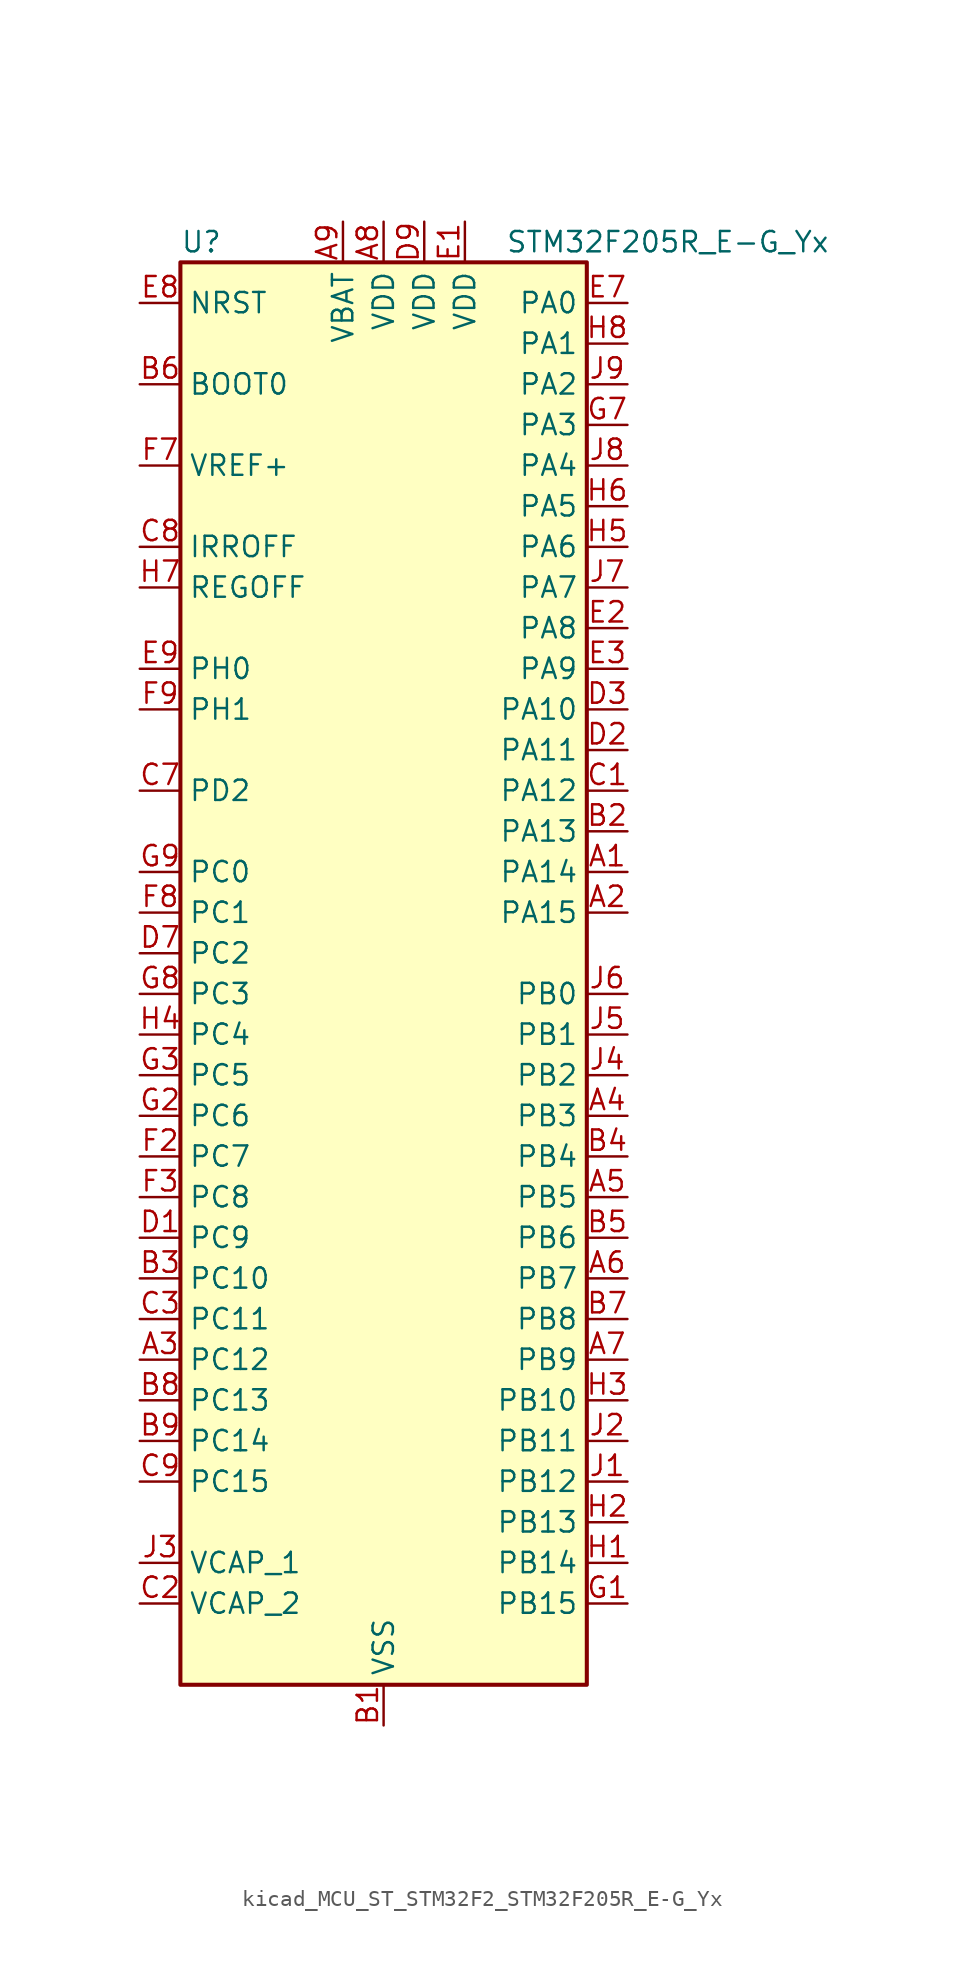
<source format=kicad_sym>
(kicad_symbol_lib
  (version 20220914)
  (generator kicad_symbol_editor)
  (symbol "kicad_MCU_ST_STM32F2_STM32F205R_E-G_Yx"
    (property "Reference" "U"
      (at -12.7 46.99 0)
      (effects (font (size 1.27 1.27)) (justify left)))
    (property "Value" "STM32F205R_E-G_Yx"
      (at 7.62 46.99 0)
      (effects (font (size 1.27 1.27)) (justify left)))
    (property "ki_locked" ""
      (at 0 0 0)
      (effects (font (size 1.27 1.27))))
    (symbol "kicad_MCU_ST_STM32F2_STM32F205R_E-G_Yx_0_1"
      (rectangle (start -12.7 -43.18) (end 12.7 45.72) (stroke (width 0.254) (type default)) (fill (type background))))
    (symbol "kicad_MCU_ST_STM32F2_STM32F205R_E-G_Yx_1_1"
      (pin bidirectional line (at 15.24 7.62 180) (length 2.54) (name "PA14" (effects (font (size 1.27 1.27)))) (number "A1" (effects (font (size 1.27 1.27)))) (alternate "SYS_JTCK-SWCLK" bidirectional line))
      (pin bidirectional line (at 15.24 5.08 180) (length 2.54) (name "PA15" (effects (font (size 1.27 1.27)))) (number "A2" (effects (font (size 1.27 1.27)))) (alternate "ADC1_EXTI15" bidirectional line) (alternate "ADC2_EXTI15" bidirectional line) (alternate "ADC3_EXTI15" bidirectional line) (alternate "I2S3_WS" bidirectional line) (alternate "SPI1_NSS" bidirectional line) (alternate "SPI3_NSS" bidirectional line) (alternate "SYS_JTDI" bidirectional line) (alternate "TIM2_CH1" bidirectional line) (alternate "TIM2_ETR" bidirectional line))
      (pin bidirectional line (at -15.24 -22.86 0) (length 2.54) (name "PC12" (effects (font (size 1.27 1.27)))) (number "A3" (effects (font (size 1.27 1.27)))) (alternate "I2S3_SD" bidirectional line) (alternate "SDIO_CK" bidirectional line) (alternate "SPI3_MOSI" bidirectional line) (alternate "UART5_TX" bidirectional line) (alternate "USART3_CK" bidirectional line))
      (pin bidirectional line (at 15.24 -7.62 180) (length 2.54) (name "PB3" (effects (font (size 1.27 1.27)))) (number "A4" (effects (font (size 1.27 1.27)))) (alternate "I2S3_SCK" bidirectional line) (alternate "SPI1_SCK" bidirectional line) (alternate "SPI3_SCK" bidirectional line) (alternate "SYS_JTDO-SWO" bidirectional line) (alternate "TIM2_CH2" bidirectional line))
      (pin bidirectional line (at 15.24 -12.7 180) (length 2.54) (name "PB5" (effects (font (size 1.27 1.27)))) (number "A5" (effects (font (size 1.27 1.27)))) (alternate "CAN2_RX" bidirectional line) (alternate "I2C1_SMBA" bidirectional line) (alternate "I2S3_SD" bidirectional line) (alternate "SPI1_MOSI" bidirectional line) (alternate "SPI3_MOSI" bidirectional line) (alternate "TIM3_CH2" bidirectional line) (alternate "USB_OTG_HS_ULPI_D7" bidirectional line))
      (pin bidirectional line (at 15.24 -17.78 180) (length 2.54) (name "PB7" (effects (font (size 1.27 1.27)))) (number "A6" (effects (font (size 1.27 1.27)))) (alternate "I2C1_SDA" bidirectional line) (alternate "TIM4_CH2" bidirectional line) (alternate "USART1_RX" bidirectional line))
      (pin bidirectional line (at 15.24 -22.86 180) (length 2.54) (name "PB9" (effects (font (size 1.27 1.27)))) (number "A7" (effects (font (size 1.27 1.27)))) (alternate "CAN1_TX" bidirectional line) (alternate "DAC_EXTI9" bidirectional line) (alternate "I2C1_SDA" bidirectional line) (alternate "I2S2_WS" bidirectional line) (alternate "SDIO_D5" bidirectional line) (alternate "SPI2_NSS" bidirectional line) (alternate "TIM11_CH1" bidirectional line) (alternate "TIM4_CH4" bidirectional line))
      (pin power_in line (at 0 48.26 270) (length 2.54) (name "VDD" (effects (font (size 1.27 1.27)))) (number "A8" (effects (font (size 1.27 1.27)))))
      (pin power_in line (at -2.54 48.26 270) (length 2.54) (name "VBAT" (effects (font (size 1.27 1.27)))) (number "A9" (effects (font (size 1.27 1.27)))))
      (pin power_in line (at 0 -45.72 90) (length 2.54) (name "VSS" (effects (font (size 1.27 1.27)))) (number "B1" (effects (font (size 1.27 1.27)))))
      (pin bidirectional line (at 15.24 10.16 180) (length 2.54) (name "PA13" (effects (font (size 1.27 1.27)))) (number "B2" (effects (font (size 1.27 1.27)))) (alternate "SYS_JTMS-SWDIO" bidirectional line))
      (pin bidirectional line (at -15.24 -17.78 0) (length 2.54) (name "PC10" (effects (font (size 1.27 1.27)))) (number "B3" (effects (font (size 1.27 1.27)))) (alternate "I2S3_SCK" bidirectional line) (alternate "SDIO_D2" bidirectional line) (alternate "SPI3_SCK" bidirectional line) (alternate "UART4_TX" bidirectional line) (alternate "USART3_TX" bidirectional line))
      (pin bidirectional line (at 15.24 -10.16 180) (length 2.54) (name "PB4" (effects (font (size 1.27 1.27)))) (number "B4" (effects (font (size 1.27 1.27)))) (alternate "SPI1_MISO" bidirectional line) (alternate "SPI3_MISO" bidirectional line) (alternate "SYS_JTRST" bidirectional line) (alternate "TIM3_CH1" bidirectional line))
      (pin bidirectional line (at 15.24 -15.24 180) (length 2.54) (name "PB6" (effects (font (size 1.27 1.27)))) (number "B5" (effects (font (size 1.27 1.27)))) (alternate "CAN2_TX" bidirectional line) (alternate "I2C1_SCL" bidirectional line) (alternate "TIM4_CH1" bidirectional line) (alternate "USART1_TX" bidirectional line))
      (pin input line (at -15.24 38.1 0) (length 2.54) (name "BOOT0" (effects (font (size 1.27 1.27)))) (number "B6" (effects (font (size 1.27 1.27)))))
      (pin bidirectional line (at 15.24 -20.32 180) (length 2.54) (name "PB8" (effects (font (size 1.27 1.27)))) (number "B7" (effects (font (size 1.27 1.27)))) (alternate "CAN1_RX" bidirectional line) (alternate "I2C1_SCL" bidirectional line) (alternate "SDIO_D4" bidirectional line) (alternate "TIM10_CH1" bidirectional line) (alternate "TIM4_CH3" bidirectional line))
      (pin bidirectional line (at -15.24 -25.4 0) (length 2.54) (name "PC13" (effects (font (size 1.27 1.27)))) (number "B8" (effects (font (size 1.27 1.27)))) (alternate "RTC_AF1" bidirectional line))
      (pin bidirectional line (at -15.24 -27.94 0) (length 2.54) (name "PC14" (effects (font (size 1.27 1.27)))) (number "B9" (effects (font (size 1.27 1.27)))) (alternate "RCC_OSC32_IN" bidirectional line))
      (pin bidirectional line (at 15.24 12.7 180) (length 2.54) (name "PA12" (effects (font (size 1.27 1.27)))) (number "C1" (effects (font (size 1.27 1.27)))) (alternate "CAN1_TX" bidirectional line) (alternate "TIM1_ETR" bidirectional line) (alternate "USART1_RTS" bidirectional line) (alternate "USB_OTG_FS_DP" bidirectional line))
      (pin power_out line (at -15.24 -38.1 0) (length 2.54) (name "VCAP_2" (effects (font (size 1.27 1.27)))) (number "C2" (effects (font (size 1.27 1.27)))))
      (pin bidirectional line (at -15.24 -20.32 0) (length 2.54) (name "PC11" (effects (font (size 1.27 1.27)))) (number "C3" (effects (font (size 1.27 1.27)))) (alternate "ADC1_EXTI11" bidirectional line) (alternate "ADC2_EXTI11" bidirectional line) (alternate "ADC3_EXTI11" bidirectional line) (alternate "SDIO_D3" bidirectional line) (alternate "SPI3_MISO" bidirectional line) (alternate "UART4_RX" bidirectional line) (alternate "USART3_RX" bidirectional line))
      (pin bidirectional line (at -15.24 12.7 0) (length 2.54) (name "PD2" (effects (font (size 1.27 1.27)))) (number "C7" (effects (font (size 1.27 1.27)))) (alternate "SDIO_CMD" bidirectional line) (alternate "TIM3_ETR" bidirectional line) (alternate "UART5_RX" bidirectional line))
      (pin input line (at -15.24 27.94 0) (length 2.54) (name "IRROFF" (effects (font (size 1.27 1.27)))) (number "C8" (effects (font (size 1.27 1.27)))))
      (pin bidirectional line (at -15.24 -30.48 0) (length 2.54) (name "PC15" (effects (font (size 1.27 1.27)))) (number "C9" (effects (font (size 1.27 1.27)))) (alternate "ADC1_EXTI15" bidirectional line) (alternate "ADC2_EXTI15" bidirectional line) (alternate "ADC3_EXTI15" bidirectional line) (alternate "RCC_OSC32_OUT" bidirectional line))
      (pin bidirectional line (at -15.24 -15.24 0) (length 2.54) (name "PC9" (effects (font (size 1.27 1.27)))) (number "D1" (effects (font (size 1.27 1.27)))) (alternate "DAC_EXTI9" bidirectional line) (alternate "I2C3_SDA" bidirectional line) (alternate "I2S_CKIN" bidirectional line) (alternate "RCC_MCO_2" bidirectional line) (alternate "SDIO_D1" bidirectional line) (alternate "TIM3_CH4" bidirectional line) (alternate "TIM8_CH4" bidirectional line))
      (pin bidirectional line (at 15.24 15.24 180) (length 2.54) (name "PA11" (effects (font (size 1.27 1.27)))) (number "D2" (effects (font (size 1.27 1.27)))) (alternate "ADC1_EXTI11" bidirectional line) (alternate "ADC2_EXTI11" bidirectional line) (alternate "ADC3_EXTI11" bidirectional line) (alternate "CAN1_RX" bidirectional line) (alternate "TIM1_CH4" bidirectional line) (alternate "USART1_CTS" bidirectional line) (alternate "USB_OTG_FS_DM" bidirectional line))
      (pin bidirectional line (at 15.24 17.78 180) (length 2.54) (name "PA10" (effects (font (size 1.27 1.27)))) (number "D3" (effects (font (size 1.27 1.27)))) (alternate "TIM1_CH3" bidirectional line) (alternate "USART1_RX" bidirectional line) (alternate "USB_OTG_FS_ID" bidirectional line))
      (pin bidirectional line (at -15.24 2.54 0) (length 2.54) (name "PC2" (effects (font (size 1.27 1.27)))) (number "D7" (effects (font (size 1.27 1.27)))) (alternate "ADC1_IN12" bidirectional line) (alternate "ADC2_IN12" bidirectional line) (alternate "ADC3_IN12" bidirectional line) (alternate "SPI2_MISO" bidirectional line) (alternate "USB_OTG_HS_ULPI_DIR" bidirectional line))
      (pin passive line (at 0 -45.72 90) (length 2.54) hide (name "VSS" (effects (font (size 1.27 1.27)))) (number "D8" (effects (font (size 1.27 1.27)))))
      (pin power_in line (at 2.54 48.26 270) (length 2.54) (name "VDD" (effects (font (size 1.27 1.27)))) (number "D9" (effects (font (size 1.27 1.27)))))
      (pin power_in line (at 5.08 48.26 270) (length 2.54) (name "VDD" (effects (font (size 1.27 1.27)))) (number "E1" (effects (font (size 1.27 1.27)))))
      (pin bidirectional line (at 15.24 22.86 180) (length 2.54) (name "PA8" (effects (font (size 1.27 1.27)))) (number "E2" (effects (font (size 1.27 1.27)))) (alternate "I2C3_SCL" bidirectional line) (alternate "RCC_MCO_1" bidirectional line) (alternate "TIM1_CH1" bidirectional line) (alternate "USART1_CK" bidirectional line) (alternate "USB_OTG_FS_SOF" bidirectional line))
      (pin bidirectional line (at 15.24 20.32 180) (length 2.54) (name "PA9" (effects (font (size 1.27 1.27)))) (number "E3" (effects (font (size 1.27 1.27)))) (alternate "DAC_EXTI9" bidirectional line) (alternate "I2C3_SMBA" bidirectional line) (alternate "TIM1_CH2" bidirectional line) (alternate "USART1_TX" bidirectional line) (alternate "USB_OTG_FS_VBUS" bidirectional line))
      (pin bidirectional line (at 15.24 43.18 180) (length 2.54) (name "PA0" (effects (font (size 1.27 1.27)))) (number "E7" (effects (font (size 1.27 1.27)))) (alternate "ADC1_IN0" bidirectional line) (alternate "ADC2_IN0" bidirectional line) (alternate "ADC3_IN0" bidirectional line) (alternate "SYS_WKUP" bidirectional line) (alternate "TIM2_CH1" bidirectional line) (alternate "TIM2_ETR" bidirectional line) (alternate "TIM5_CH1" bidirectional line) (alternate "TIM8_ETR" bidirectional line) (alternate "UART4_TX" bidirectional line) (alternate "USART2_CTS" bidirectional line))
      (pin input line (at -15.24 43.18 0) (length 2.54) (name "NRST" (effects (font (size 1.27 1.27)))) (number "E8" (effects (font (size 1.27 1.27)))))
      (pin bidirectional line (at -15.24 20.32 0) (length 2.54) (name "PH0" (effects (font (size 1.27 1.27)))) (number "E9" (effects (font (size 1.27 1.27)))) (alternate "RCC_OSC_IN" bidirectional line))
      (pin passive line (at 0 -45.72 90) (length 2.54) hide (name "VSS" (effects (font (size 1.27 1.27)))) (number "F1" (effects (font (size 1.27 1.27)))))
      (pin bidirectional line (at -15.24 -10.16 0) (length 2.54) (name "PC7" (effects (font (size 1.27 1.27)))) (number "F2" (effects (font (size 1.27 1.27)))) (alternate "I2S3_MCK" bidirectional line) (alternate "SDIO_D7" bidirectional line) (alternate "TIM3_CH2" bidirectional line) (alternate "TIM8_CH2" bidirectional line) (alternate "USART6_RX" bidirectional line))
      (pin bidirectional line (at -15.24 -12.7 0) (length 2.54) (name "PC8" (effects (font (size 1.27 1.27)))) (number "F3" (effects (font (size 1.27 1.27)))) (alternate "SDIO_D0" bidirectional line) (alternate "TIM3_CH3" bidirectional line) (alternate "TIM8_CH3" bidirectional line) (alternate "USART6_CK" bidirectional line))
      (pin input line (at -15.24 33.02 0) (length 2.54) (name "VREF+" (effects (font (size 1.27 1.27)))) (number "F7" (effects (font (size 1.27 1.27)))))
      (pin bidirectional line (at -15.24 5.08 0) (length 2.54) (name "PC1" (effects (font (size 1.27 1.27)))) (number "F8" (effects (font (size 1.27 1.27)))) (alternate "ADC1_IN11" bidirectional line) (alternate "ADC2_IN11" bidirectional line) (alternate "ADC3_IN11" bidirectional line))
      (pin bidirectional line (at -15.24 17.78 0) (length 2.54) (name "PH1" (effects (font (size 1.27 1.27)))) (number "F9" (effects (font (size 1.27 1.27)))) (alternate "RCC_OSC_OUT" bidirectional line))
      (pin bidirectional line (at 15.24 -38.1 180) (length 2.54) (name "PB15" (effects (font (size 1.27 1.27)))) (number "G1" (effects (font (size 1.27 1.27)))) (alternate "ADC1_EXTI15" bidirectional line) (alternate "ADC2_EXTI15" bidirectional line) (alternate "ADC3_EXTI15" bidirectional line) (alternate "I2S2_SD" bidirectional line) (alternate "RTC_REFIN" bidirectional line) (alternate "SPI2_MOSI" bidirectional line) (alternate "TIM12_CH2" bidirectional line) (alternate "TIM1_CH3N" bidirectional line) (alternate "TIM8_CH3N" bidirectional line) (alternate "USB_OTG_HS_DP" bidirectional line))
      (pin bidirectional line (at -15.24 -7.62 0) (length 2.54) (name "PC6" (effects (font (size 1.27 1.27)))) (number "G2" (effects (font (size 1.27 1.27)))) (alternate "I2S2_MCK" bidirectional line) (alternate "SDIO_D6" bidirectional line) (alternate "TIM3_CH1" bidirectional line) (alternate "TIM8_CH1" bidirectional line) (alternate "USART6_TX" bidirectional line))
      (pin bidirectional line (at -15.24 -5.08 0) (length 2.54) (name "PC5" (effects (font (size 1.27 1.27)))) (number "G3" (effects (font (size 1.27 1.27)))) (alternate "ADC1_IN15" bidirectional line) (alternate "ADC2_IN15" bidirectional line))
      (pin bidirectional line (at 15.24 35.56 180) (length 2.54) (name "PA3" (effects (font (size 1.27 1.27)))) (number "G7" (effects (font (size 1.27 1.27)))) (alternate "ADC1_IN3" bidirectional line) (alternate "ADC2_IN3" bidirectional line) (alternate "ADC3_IN3" bidirectional line) (alternate "TIM2_CH4" bidirectional line) (alternate "TIM5_CH4" bidirectional line) (alternate "TIM9_CH2" bidirectional line) (alternate "USART2_RX" bidirectional line) (alternate "USB_OTG_HS_ULPI_D0" bidirectional line))
      (pin bidirectional line (at -15.24 0 0) (length 2.54) (name "PC3" (effects (font (size 1.27 1.27)))) (number "G8" (effects (font (size 1.27 1.27)))) (alternate "ADC1_IN13" bidirectional line) (alternate "ADC2_IN13" bidirectional line) (alternate "ADC3_IN13" bidirectional line) (alternate "I2S2_SD" bidirectional line) (alternate "SPI2_MOSI" bidirectional line) (alternate "USB_OTG_HS_ULPI_NXT" bidirectional line))
      (pin bidirectional line (at -15.24 7.62 0) (length 2.54) (name "PC0" (effects (font (size 1.27 1.27)))) (number "G9" (effects (font (size 1.27 1.27)))) (alternate "ADC1_IN10" bidirectional line) (alternate "ADC2_IN10" bidirectional line) (alternate "ADC3_IN10" bidirectional line) (alternate "USB_OTG_HS_ULPI_STP" bidirectional line))
      (pin bidirectional line (at 15.24 -35.56 180) (length 2.54) (name "PB14" (effects (font (size 1.27 1.27)))) (number "H1" (effects (font (size 1.27 1.27)))) (alternate "SPI2_MISO" bidirectional line) (alternate "TIM12_CH1" bidirectional line) (alternate "TIM1_CH2N" bidirectional line) (alternate "TIM8_CH2N" bidirectional line) (alternate "USART3_RTS" bidirectional line) (alternate "USB_OTG_HS_DM" bidirectional line))
      (pin bidirectional line (at 15.24 -33.02 180) (length 2.54) (name "PB13" (effects (font (size 1.27 1.27)))) (number "H2" (effects (font (size 1.27 1.27)))) (alternate "CAN2_TX" bidirectional line) (alternate "I2S2_SCK" bidirectional line) (alternate "SPI2_SCK" bidirectional line) (alternate "TIM1_CH1N" bidirectional line) (alternate "USART3_CTS" bidirectional line) (alternate "USB_OTG_HS_ULPI_D6" bidirectional line) (alternate "USB_OTG_HS_VBUS" bidirectional line))
      (pin bidirectional line (at 15.24 -25.4 180) (length 2.54) (name "PB10" (effects (font (size 1.27 1.27)))) (number "H3" (effects (font (size 1.27 1.27)))) (alternate "I2C2_SCL" bidirectional line) (alternate "I2S2_SCK" bidirectional line) (alternate "SPI2_SCK" bidirectional line) (alternate "TIM2_CH3" bidirectional line) (alternate "USART3_TX" bidirectional line) (alternate "USB_OTG_HS_ULPI_D3" bidirectional line))
      (pin bidirectional line (at -15.24 -2.54 0) (length 2.54) (name "PC4" (effects (font (size 1.27 1.27)))) (number "H4" (effects (font (size 1.27 1.27)))) (alternate "ADC1_IN14" bidirectional line) (alternate "ADC2_IN14" bidirectional line))
      (pin bidirectional line (at 15.24 27.94 180) (length 2.54) (name "PA6" (effects (font (size 1.27 1.27)))) (number "H5" (effects (font (size 1.27 1.27)))) (alternate "ADC1_IN6" bidirectional line) (alternate "ADC2_IN6" bidirectional line) (alternate "SPI1_MISO" bidirectional line) (alternate "TIM13_CH1" bidirectional line) (alternate "TIM1_BKIN" bidirectional line) (alternate "TIM3_CH1" bidirectional line) (alternate "TIM8_BKIN" bidirectional line))
      (pin bidirectional line (at 15.24 30.48 180) (length 2.54) (name "PA5" (effects (font (size 1.27 1.27)))) (number "H6" (effects (font (size 1.27 1.27)))) (alternate "ADC1_IN5" bidirectional line) (alternate "ADC2_IN5" bidirectional line) (alternate "DAC_OUT2" bidirectional line) (alternate "SPI1_SCK" bidirectional line) (alternate "TIM2_CH1" bidirectional line) (alternate "TIM2_ETR" bidirectional line) (alternate "TIM8_CH1N" bidirectional line) (alternate "USB_OTG_HS_ULPI_CK" bidirectional line))
      (pin input line (at -15.24 25.4 0) (length 2.54) (name "REGOFF" (effects (font (size 1.27 1.27)))) (number "H7" (effects (font (size 1.27 1.27)))))
      (pin bidirectional line (at 15.24 40.64 180) (length 2.54) (name "PA1" (effects (font (size 1.27 1.27)))) (number "H8" (effects (font (size 1.27 1.27)))) (alternate "ADC1_IN1" bidirectional line) (alternate "ADC2_IN1" bidirectional line) (alternate "ADC3_IN1" bidirectional line) (alternate "TIM2_CH2" bidirectional line) (alternate "TIM5_CH2" bidirectional line) (alternate "UART4_RX" bidirectional line) (alternate "USART2_RTS" bidirectional line))
      (pin passive line (at 0 -45.72 90) (length 2.54) hide (name "VSS" (effects (font (size 1.27 1.27)))) (number "H9" (effects (font (size 1.27 1.27)))))
      (pin bidirectional line (at 15.24 -30.48 180) (length 2.54) (name "PB12" (effects (font (size 1.27 1.27)))) (number "J1" (effects (font (size 1.27 1.27)))) (alternate "CAN2_RX" bidirectional line) (alternate "I2C2_SMBA" bidirectional line) (alternate "I2S2_WS" bidirectional line) (alternate "SPI2_NSS" bidirectional line) (alternate "TIM1_BKIN" bidirectional line) (alternate "USART3_CK" bidirectional line) (alternate "USB_OTG_HS_ID" bidirectional line) (alternate "USB_OTG_HS_ULPI_D5" bidirectional line))
      (pin bidirectional line (at 15.24 -27.94 180) (length 2.54) (name "PB11" (effects (font (size 1.27 1.27)))) (number "J2" (effects (font (size 1.27 1.27)))) (alternate "ADC1_EXTI11" bidirectional line) (alternate "ADC2_EXTI11" bidirectional line) (alternate "ADC3_EXTI11" bidirectional line) (alternate "I2C2_SDA" bidirectional line) (alternate "TIM2_CH4" bidirectional line) (alternate "USART3_RX" bidirectional line) (alternate "USB_OTG_HS_ULPI_D4" bidirectional line))
      (pin power_out line (at -15.24 -35.56 0) (length 2.54) (name "VCAP_1" (effects (font (size 1.27 1.27)))) (number "J3" (effects (font (size 1.27 1.27)))))
      (pin bidirectional line (at 15.24 -5.08 180) (length 2.54) (name "PB2" (effects (font (size 1.27 1.27)))) (number "J4" (effects (font (size 1.27 1.27)))))
      (pin bidirectional line (at 15.24 -2.54 180) (length 2.54) (name "PB1" (effects (font (size 1.27 1.27)))) (number "J5" (effects (font (size 1.27 1.27)))) (alternate "ADC1_IN9" bidirectional line) (alternate "ADC2_IN9" bidirectional line) (alternate "TIM1_CH3N" bidirectional line) (alternate "TIM3_CH4" bidirectional line) (alternate "TIM8_CH3N" bidirectional line) (alternate "USB_OTG_HS_ULPI_D2" bidirectional line))
      (pin bidirectional line (at 15.24 0 180) (length 2.54) (name "PB0" (effects (font (size 1.27 1.27)))) (number "J6" (effects (font (size 1.27 1.27)))) (alternate "ADC1_IN8" bidirectional line) (alternate "ADC2_IN8" bidirectional line) (alternate "TIM1_CH2N" bidirectional line) (alternate "TIM3_CH3" bidirectional line) (alternate "TIM8_CH2N" bidirectional line) (alternate "USB_OTG_HS_ULPI_D1" bidirectional line))
      (pin bidirectional line (at 15.24 25.4 180) (length 2.54) (name "PA7" (effects (font (size 1.27 1.27)))) (number "J7" (effects (font (size 1.27 1.27)))) (alternate "ADC1_IN7" bidirectional line) (alternate "ADC2_IN7" bidirectional line) (alternate "SPI1_MOSI" bidirectional line) (alternate "TIM14_CH1" bidirectional line) (alternate "TIM1_CH1N" bidirectional line) (alternate "TIM3_CH2" bidirectional line) (alternate "TIM8_CH1N" bidirectional line))
      (pin bidirectional line (at 15.24 33.02 180) (length 2.54) (name "PA4" (effects (font (size 1.27 1.27)))) (number "J8" (effects (font (size 1.27 1.27)))) (alternate "ADC1_IN4" bidirectional line) (alternate "ADC2_IN4" bidirectional line) (alternate "DAC_OUT1" bidirectional line) (alternate "I2S3_WS" bidirectional line) (alternate "SPI1_NSS" bidirectional line) (alternate "SPI3_NSS" bidirectional line) (alternate "USART2_CK" bidirectional line) (alternate "USB_OTG_HS_SOF" bidirectional line))
      (pin bidirectional line (at 15.24 38.1 180) (length 2.54) (name "PA2" (effects (font (size 1.27 1.27)))) (number "J9" (effects (font (size 1.27 1.27)))) (alternate "ADC1_IN2" bidirectional line) (alternate "ADC2_IN2" bidirectional line) (alternate "ADC3_IN2" bidirectional line) (alternate "TIM2_CH3" bidirectional line) (alternate "TIM5_CH3" bidirectional line) (alternate "TIM9_CH1" bidirectional line) (alternate "USART2_TX" bidirectional line)))))
</source>
